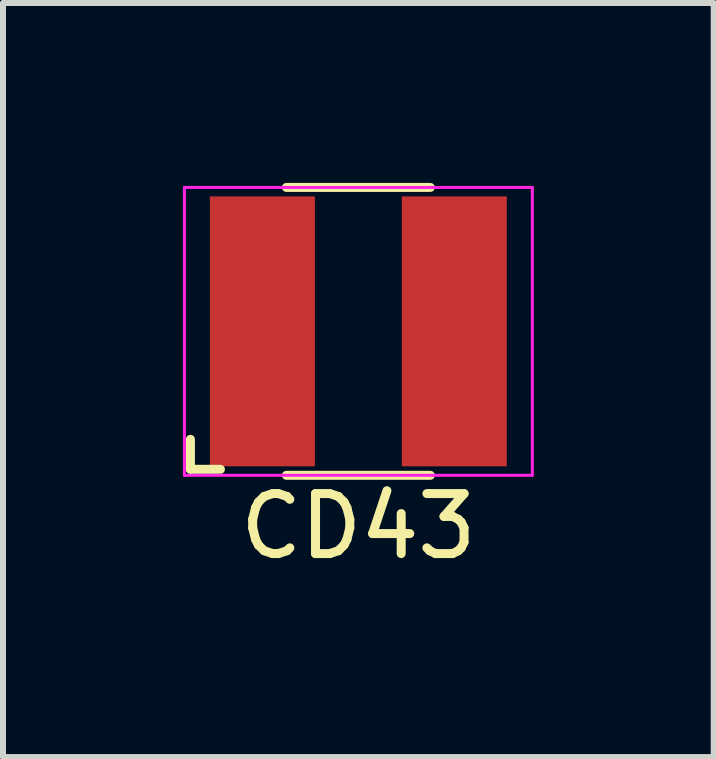
<source format=kicad_pcb>
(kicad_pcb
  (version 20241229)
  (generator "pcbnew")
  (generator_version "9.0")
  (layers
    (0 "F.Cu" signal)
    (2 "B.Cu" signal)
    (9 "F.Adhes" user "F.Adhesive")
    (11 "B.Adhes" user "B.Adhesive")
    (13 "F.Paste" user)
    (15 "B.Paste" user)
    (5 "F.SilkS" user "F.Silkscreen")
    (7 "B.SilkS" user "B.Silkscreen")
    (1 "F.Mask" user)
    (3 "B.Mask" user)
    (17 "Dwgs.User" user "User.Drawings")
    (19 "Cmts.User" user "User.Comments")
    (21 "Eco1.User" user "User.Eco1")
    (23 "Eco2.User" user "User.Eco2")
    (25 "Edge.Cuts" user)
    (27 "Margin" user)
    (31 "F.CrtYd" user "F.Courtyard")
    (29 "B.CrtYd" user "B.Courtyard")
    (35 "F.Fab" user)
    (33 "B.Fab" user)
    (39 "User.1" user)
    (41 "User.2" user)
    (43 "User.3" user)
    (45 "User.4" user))
  (footprint "CD43"
    (layer "F.Cu")
    (at 2.925 2.475)
    (property "Reference" "CD43" (at 0 3.25 0) (layer "F.SilkS") (effects (font (size 1 1) (thickness 0.15))))
    (attr smd)
    (fp_line (start -2.8 2.3) (end -2.8 1.8) (stroke (width 0.15) (type solid)) (layer "F.SilkS"))
    (fp_line (start -2.3 2.3) (end -2.8 2.3) (stroke (width 0.15) (type solid)) (layer "F.SilkS"))
    (fp_line (start -1.2 -2.4) (end 1.2 -2.4) (stroke (width 0.15) (type solid)) (layer "F.SilkS"))
    (fp_line (start 1.2 2.4) (end -1.2 2.4) (stroke (width 0.15) (type solid)) (layer "F.SilkS"))
    (fp_line (start -2.9 -2.4) (end 2.9 -2.4) (stroke (width 0.05) (type solid)) (layer "F.CrtYd"))
    (fp_line (start -2.9 2.4) (end -2.9 -2.4) (stroke (width 0.05) (type solid)) (layer "F.CrtYd"))
    (fp_line (start 2.9 -2.4) (end 2.9 2.4) (stroke (width 0.05) (type solid)) (layer "F.CrtYd"))
    (fp_line (start 2.9 2.4) (end -2.9 2.4) (stroke (width 0.05) (type solid)) (layer "F.CrtYd"))
    (pad "1" smd rect (at -1.6 0) (size 1.75 4.5) (layers "F.Cu" "F.Mask" "F.Paste"))
    (pad "2" smd rect (at 1.6 0) (size 1.75 4.5) (layers "F.Cu" "F.Mask" "F.Paste")))
  (gr_rect
    (start -3 -3)
    (end 8.85 9.573)
    (stroke (width 0.1) (type default))
    (fill no)
    (layer "Edge.Cuts")))
</source>
